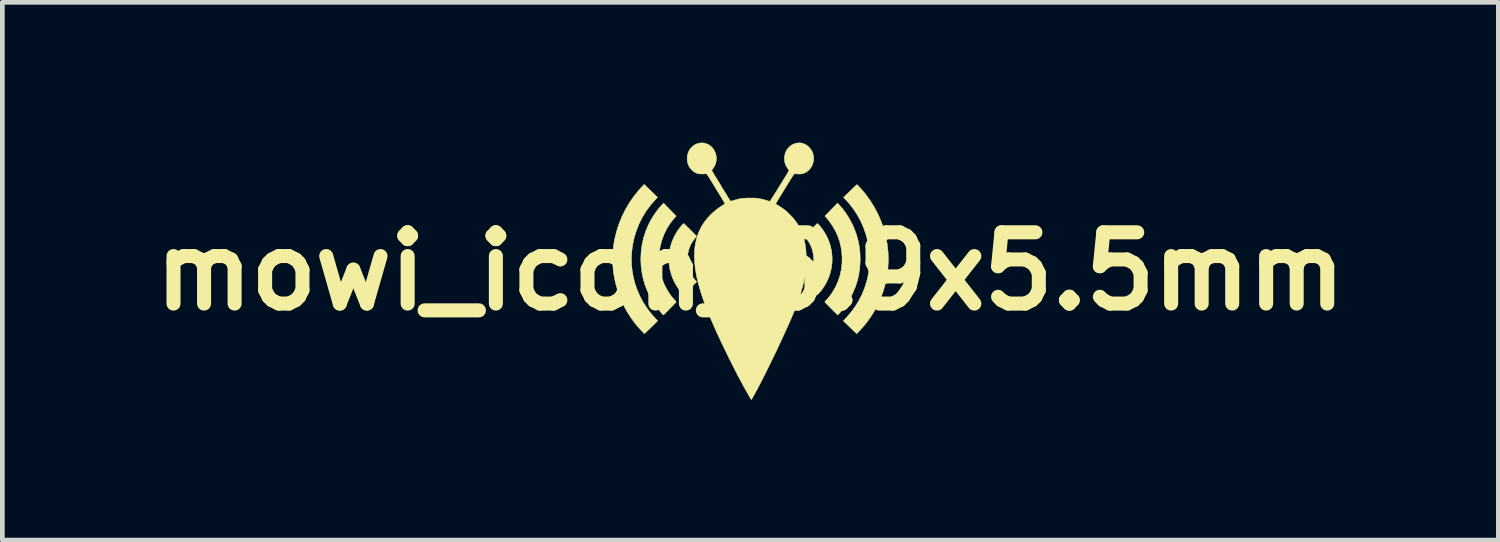
<source format=kicad_pcb>
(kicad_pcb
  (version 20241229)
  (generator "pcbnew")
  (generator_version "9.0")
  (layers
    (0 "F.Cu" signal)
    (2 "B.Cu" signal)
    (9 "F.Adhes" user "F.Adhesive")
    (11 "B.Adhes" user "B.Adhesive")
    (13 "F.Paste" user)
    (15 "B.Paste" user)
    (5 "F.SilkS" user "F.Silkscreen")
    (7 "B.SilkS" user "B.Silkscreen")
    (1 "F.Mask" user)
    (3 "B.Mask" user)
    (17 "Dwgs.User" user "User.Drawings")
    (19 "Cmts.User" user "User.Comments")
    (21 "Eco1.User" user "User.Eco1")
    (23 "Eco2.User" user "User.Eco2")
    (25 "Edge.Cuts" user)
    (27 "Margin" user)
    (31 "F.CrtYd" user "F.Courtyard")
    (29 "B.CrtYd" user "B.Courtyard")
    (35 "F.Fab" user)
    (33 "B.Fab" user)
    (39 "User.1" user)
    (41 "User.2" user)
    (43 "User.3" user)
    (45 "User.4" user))
  (footprint "mowi_icon_5.9x5.5mm"
    (layer "F.Cu")
    (at 12.998 2.753)
    (property "Reference" "mowi_icon_5.9x5.5mm" (at 0 0 0) (layer "F.SilkS") (effects (font (size 1.524 1.524) (thickness 0.3))))
    (attr through_hole)
    (fp_poly (pts (xy 1.441 -1.018) (xy 1.456 -1.003) (xy 1.475 -0.982) (xy 1.497 -0.956) (xy 1.521 -0.926) (xy 1.544 -0.895) (xy 1.565 -0.865) (xy 1.566 -0.864) (xy 1.628 -0.76) (xy 1.677 -0.651) (xy 1.714 -0.539) (xy 1.738 -0.423) (xy 1.749 -0.306) (xy 1.748 -0.188) (xy 1.733 -0.07) (xy 1.704 0.048) (xy 1.693 0.083) (xy 1.661 0.165) (xy 1.622 0.247) (xy 1.576 0.325) (xy 1.527 0.396) (xy 1.477 0.455) (xy 1.433 0.502) (xy 1.295 0.364) (xy 1.157 0.225) (xy 1.197 0.175) (xy 1.249 0.103) (xy 1.29 0.031) (xy 1.32 -0.046) (xy 1.341 -0.128) (xy 1.353 -0.217) (xy 1.352 -0.308) (xy 1.34 -0.398) (xy 1.317 -0.485) (xy 1.283 -0.568) (xy 1.239 -0.645) (xy 1.19 -0.708) (xy 1.175 -0.726) (xy 1.163 -0.741) (xy 1.158 -0.749) (xy 1.158 -0.75) (xy 1.163 -0.756) (xy 1.176 -0.77) (xy 1.195 -0.791) (xy 1.22 -0.817) (xy 1.249 -0.846) (xy 1.28 -0.877) (xy 1.312 -0.908) (xy 1.342 -0.939) (xy 1.371 -0.966) (xy 1.396 -0.99) (xy 1.416 -1.009) (xy 1.429 -1.02) (xy 1.433 -1.023) (xy 1.441 -1.018)) (stroke (width 0.01) (type solid)) (fill yes) (layer "F.SilkS"))
    (fp_poly (pts (xy -1.42 -1.018) (xy -1.405 -1.005) (xy -1.384 -0.986) (xy -1.359 -0.961) (xy -1.329 -0.933) (xy -1.298 -0.902) (xy -1.267 -0.87) (xy -1.236 -0.84) (xy -1.208 -0.811) (xy -1.184 -0.786) (xy -1.166 -0.767) (xy -1.154 -0.754) (xy -1.151 -0.749) (xy -1.156 -0.742) (xy -1.167 -0.728) (xy -1.182 -0.709) (xy -1.184 -0.708) (xy -1.238 -0.637) (xy -1.281 -0.56) (xy -1.313 -0.477) (xy -1.335 -0.39) (xy -1.346 -0.301) (xy -1.345 -0.211) (xy -1.333 -0.122) (xy -1.31 -0.035) (xy -1.275 0.049) (xy -1.255 0.085) (xy -1.239 0.109) (xy -1.218 0.139) (xy -1.196 0.168) (xy -1.19 0.175) (xy -1.15 0.225) (xy -1.288 0.364) (xy -1.427 0.502) (xy -1.472 0.454) (xy -1.526 0.389) (xy -1.577 0.313) (xy -1.623 0.231) (xy -1.663 0.146) (xy -1.686 0.083) (xy -1.719 -0.034) (xy -1.738 -0.152) (xy -1.744 -0.271) (xy -1.736 -0.388) (xy -1.716 -0.504) (xy -1.683 -0.617) (xy -1.637 -0.727) (xy -1.579 -0.833) (xy -1.559 -0.864) (xy -1.538 -0.894) (xy -1.515 -0.925) (xy -1.491 -0.955) (xy -1.469 -0.981) (xy -1.45 -1.003) (xy -1.435 -1.017) (xy -1.426 -1.023) (xy -1.426 -1.023) (xy -1.42 -1.018)) (stroke (width 0.01) (type solid)) (fill yes) (layer "F.SilkS"))
    (fp_poly (pts (xy -2.128 -1.721) (xy -1.985 -1.583) (xy -2.034 -1.531) (xy -2.137 -1.414) (xy -2.229 -1.289) (xy -2.309 -1.157) (xy -2.379 -1.019) (xy -2.436 -0.876) (xy -2.482 -0.729) (xy -2.515 -0.579) (xy -2.536 -0.426) (xy -2.544 -0.272) (xy -2.539 -0.117) (xy -2.532 -0.051) (xy -2.508 0.1) (xy -2.472 0.249) (xy -2.422 0.394) (xy -2.361 0.534) (xy -2.288 0.67) (xy -2.204 0.798) (xy -2.11 0.919) (xy -2.049 0.988) (xy -1.982 1.058) (xy -2.053 1.129) (xy -2.086 1.162) (xy -2.125 1.2) (xy -2.163 1.237) (xy -2.195 1.267) (xy -2.267 1.334) (xy -2.334 1.265) (xy -2.445 1.141) (xy -2.545 1.007) (xy -2.636 0.866) (xy -2.716 0.718) (xy -2.784 0.564) (xy -2.841 0.404) (xy -2.886 0.241) (xy -2.908 0.135) (xy -2.92 0.068) (xy -2.929 0.007) (xy -2.935 -0.051) (xy -2.939 -0.109) (xy -2.941 -0.172) (xy -2.942 -0.244) (xy -2.942 -0.264) (xy -2.941 -0.351) (xy -2.938 -0.429) (xy -2.932 -0.501) (xy -2.923 -0.572) (xy -2.91 -0.646) (xy -2.899 -0.704) (xy -2.859 -0.865) (xy -2.807 -1.024) (xy -2.743 -1.18) (xy -2.667 -1.331) (xy -2.581 -1.476) (xy -2.485 -1.613) (xy -2.381 -1.742) (xy -2.327 -1.801) (xy -2.271 -1.859) (xy -2.128 -1.721)) (stroke (width 0.01) (type solid)) (fill yes) (layer "F.SilkS"))
    (fp_poly (pts (xy 1.908 -1.412) (xy 1.965 -1.347) (xy 2.022 -1.272) (xy 2.078 -1.19) (xy 2.129 -1.104) (xy 2.175 -1.018) (xy 2.198 -0.97) (xy 2.255 -0.83) (xy 2.297 -0.688) (xy 2.327 -0.544) (xy 2.345 -0.396) (xy 2.349 -0.244) (xy 2.348 -0.204) (xy 2.339 -0.065) (xy 2.32 0.066) (xy 2.292 0.192) (xy 2.252 0.316) (xy 2.2 0.442) (xy 2.174 0.498) (xy 2.145 0.553) (xy 2.111 0.613) (xy 2.073 0.674) (xy 2.032 0.734) (xy 1.992 0.79) (xy 1.952 0.842) (xy 1.915 0.886) (xy 1.882 0.919) (xy 1.866 0.934) (xy 1.729 0.797) (xy 1.693 0.762) (xy 1.662 0.729) (xy 1.634 0.701) (xy 1.613 0.678) (xy 1.598 0.662) (xy 1.592 0.654) (xy 1.592 0.653) (xy 1.596 0.645) (xy 1.608 0.631) (xy 1.616 0.623) (xy 1.645 0.593) (xy 1.677 0.555) (xy 1.71 0.512) (xy 1.742 0.468) (xy 1.756 0.447) (xy 1.821 0.334) (xy 1.874 0.216) (xy 1.915 0.093) (xy 1.944 -0.034) (xy 1.959 -0.164) (xy 1.962 -0.296) (xy 1.952 -0.43) (xy 1.936 -0.528) (xy 1.908 -0.641) (xy 1.868 -0.755) (xy 1.817 -0.867) (xy 1.756 -0.973) (xy 1.687 -1.072) (xy 1.644 -1.125) (xy 1.594 -1.182) (xy 1.864 -1.46) (xy 1.908 -1.412)) (stroke (width 0.01) (type solid)) (fill yes) (layer "F.SilkS"))
    (fp_poly (pts (xy -1.722 -1.321) (xy -1.587 -1.182) (xy -1.638 -1.125) (xy -1.718 -1.022) (xy -1.787 -0.912) (xy -1.844 -0.797) (xy -1.89 -0.676) (xy -1.924 -0.552) (xy -1.946 -0.424) (xy -1.955 -0.294) (xy -1.952 -0.162) (xy -1.936 -0.03) (xy -1.913 0.078) (xy -1.883 0.176) (xy -1.843 0.274) (xy -1.795 0.37) (xy -1.74 0.461) (xy -1.681 0.543) (xy -1.634 0.596) (xy -1.614 0.619) (xy -1.598 0.638) (xy -1.588 0.651) (xy -1.586 0.657) (xy -1.591 0.663) (xy -1.604 0.676) (xy -1.624 0.697) (xy -1.648 0.722) (xy -1.677 0.751) (xy -1.707 0.783) (xy -1.739 0.814) (xy -1.769 0.845) (xy -1.797 0.874) (xy -1.822 0.898) (xy -1.842 0.918) (xy -1.855 0.93) (xy -1.86 0.935) (xy -1.865 0.93) (xy -1.876 0.918) (xy -1.893 0.9) (xy -1.897 0.896) (xy -1.987 0.788) (xy -2.07 0.67) (xy -2.143 0.545) (xy -2.205 0.415) (xy -2.257 0.282) (xy -2.288 0.175) (xy -2.32 0.027) (xy -2.338 -0.122) (xy -2.344 -0.272) (xy -2.336 -0.421) (xy -2.316 -0.569) (xy -2.284 -0.715) (xy -2.239 -0.857) (xy -2.181 -0.995) (xy -2.163 -1.032) (xy -2.124 -1.103) (xy -2.08 -1.177) (xy -2.03 -1.25) (xy -1.98 -1.319) (xy -1.929 -1.381) (xy -1.901 -1.412) (xy -1.857 -1.46) (xy -1.722 -1.321)) (stroke (width 0.01) (type solid)) (fill yes) (layer "F.SilkS"))
    (fp_poly (pts (xy 2.287 -1.85) (xy 2.3 -1.837) (xy 2.319 -1.818) (xy 2.342 -1.793) (xy 2.349 -1.786) (xy 2.463 -1.651) (xy 2.565 -1.509) (xy 2.656 -1.363) (xy 2.735 -1.212) (xy 2.801 -1.056) (xy 2.856 -0.898) (xy 2.898 -0.736) (xy 2.928 -0.572) (xy 2.946 -0.407) (xy 2.951 -0.241) (xy 2.943 -0.074) (xy 2.923 0.092) (xy 2.889 0.258) (xy 2.843 0.422) (xy 2.784 0.584) (xy 2.773 0.61) (xy 2.717 0.729) (xy 2.653 0.847) (xy 2.581 0.963) (xy 2.503 1.074) (xy 2.421 1.177) (xy 2.337 1.27) (xy 2.315 1.292) (xy 2.272 1.334) (xy 1.988 1.059) (xy 2.054 0.989) (xy 2.151 0.877) (xy 2.24 0.756) (xy 2.319 0.627) (xy 2.388 0.492) (xy 2.445 0.352) (xy 2.49 0.209) (xy 2.513 0.112) (xy 2.528 0.024) (xy 2.54 -0.071) (xy 2.547 -0.169) (xy 2.55 -0.266) (xy 2.549 -0.359) (xy 2.543 -0.443) (xy 2.541 -0.464) (xy 2.515 -0.621) (xy 2.476 -0.774) (xy 2.425 -0.923) (xy 2.363 -1.066) (xy 2.289 -1.203) (xy 2.204 -1.334) (xy 2.108 -1.456) (xy 2.041 -1.531) (xy 1.992 -1.582) (xy 2.134 -1.719) (xy 2.17 -1.754) (xy 2.203 -1.785) (xy 2.232 -1.813) (xy 2.255 -1.834) (xy 2.271 -1.849) (xy 2.28 -1.855) (xy 2.28 -1.855) (xy 2.287 -1.85)) (stroke (width 0.01) (type solid)) (fill yes) (layer "F.SilkS"))
    (fp_poly (pts (xy 1.089 -2.744) (xy 1.144 -2.729) (xy 1.192 -2.706) (xy 1.237 -2.671) (xy 1.254 -2.656) (xy 1.298 -2.603) (xy 1.329 -2.546) (xy 1.347 -2.483) (xy 1.354 -2.416) (xy 1.353 -2.391) (xy 1.342 -2.326) (xy 1.321 -2.265) (xy 1.29 -2.211) (xy 1.25 -2.164) (xy 1.202 -2.126) (xy 1.148 -2.098) (xy 1.13 -2.092) (xy 1.097 -2.085) (xy 1.059 -2.081) (xy 1.015 -2.082) (xy 0.962 -2.086) (xy 0.949 -2.088) (xy 0.945 -2.087) (xy 0.94 -2.084) (xy 0.934 -2.077) (xy 0.925 -2.067) (xy 0.914 -2.051) (xy 0.899 -2.028) (xy 0.88 -1.999) (xy 0.857 -1.963) (xy 0.829 -1.917) (xy 0.795 -1.862) (xy 0.755 -1.797) (xy 0.738 -1.77) (xy 0.701 -1.71) (xy 0.667 -1.654) (xy 0.635 -1.602) (xy 0.608 -1.556) (xy 0.584 -1.516) (xy 0.565 -1.484) (xy 0.551 -1.461) (xy 0.543 -1.447) (xy 0.542 -1.445) (xy 0.547 -1.439) (xy 0.562 -1.429) (xy 0.583 -1.416) (xy 0.591 -1.411) (xy 0.679 -1.355) (xy 0.763 -1.291) (xy 0.843 -1.216) (xy 0.923 -1.129) (xy 0.992 -1.037) (xy 1.05 -0.941) (xy 1.098 -0.838) (xy 1.136 -0.729) (xy 1.165 -0.612) (xy 1.185 -0.486) (xy 1.195 -0.35) (xy 1.197 -0.322) (xy 1.197 -0.201) (xy 1.19 -0.079) (xy 1.175 0.047) (xy 1.151 0.178) (xy 1.12 0.313) (xy 1.08 0.455) (xy 1.032 0.604) (xy 0.974 0.761) (xy 0.913 0.914) (xy 0.879 0.994) (xy 0.84 1.084) (xy 0.796 1.183) (xy 0.748 1.289) (xy 0.696 1.401) (xy 0.642 1.517) (xy 0.587 1.636) (xy 0.53 1.756) (xy 0.472 1.875) (xy 0.415 1.992) (xy 0.359 2.106) (xy 0.331 2.162) (xy 0.299 2.226) (xy 0.266 2.291) (xy 0.233 2.355) (xy 0.2 2.419) (xy 0.168 2.48) (xy 0.138 2.537) (xy 0.109 2.589) (xy 0.084 2.636) (xy 0.062 2.675) (xy 0.044 2.707) (xy 0.031 2.729) (xy 0.022 2.741) (xy 0.02 2.743) (xy 0.016 2.737) (xy 0.006 2.723) (xy -0.006 2.702) (xy -0.009 2.697) (xy -0.064 2.601) (xy -0.115 2.511) (xy -0.163 2.424) (xy -0.209 2.339) (xy -0.256 2.252) (xy -0.303 2.161) (xy -0.352 2.064) (xy -0.405 1.959) (xy -0.447 1.876) (xy -0.543 1.679) (xy -0.633 1.492) (xy -0.715 1.316) (xy -0.789 1.149) (xy -0.857 0.991) (xy -0.918 0.842) (xy -0.972 0.702) (xy -1.02 0.569) (xy -1.061 0.443) (xy -1.096 0.324) (xy -1.126 0.211) (xy -1.15 0.104) (xy -1.151 0.098) (xy -1.178 -0.058) (xy -1.193 -0.206) (xy -1.198 -0.347) (xy -1.191 -0.48) (xy -1.173 -0.606) (xy -1.144 -0.726) (xy -1.104 -0.839) (xy -1.053 -0.945) (xy -0.99 -1.045) (xy -0.916 -1.14) (xy -0.861 -1.2) (xy -0.794 -1.263) (xy -0.731 -1.317) (xy -0.667 -1.364) (xy -0.603 -1.406) (xy -0.579 -1.421) (xy -0.559 -1.434) (xy -0.547 -1.444) (xy -0.544 -1.447) (xy -0.547 -1.453) (xy -0.557 -1.471) (xy -0.572 -1.497) (xy -0.593 -1.532) (xy -0.618 -1.575) (xy -0.647 -1.623) (xy -0.68 -1.677) (xy -0.715 -1.734) (xy -0.738 -1.771) (xy -0.78 -1.84) (xy -0.816 -1.899) (xy -0.846 -1.947) (xy -0.871 -1.987) (xy -0.891 -2.019) (xy -0.907 -2.043) (xy -0.92 -2.061) (xy -0.929 -2.074) (xy -0.937 -2.082) (xy -0.942 -2.086) (xy -0.947 -2.088) (xy -0.949 -2.088) (xy -0.963 -2.086) (xy -0.986 -2.084) (xy -1.015 -2.082) (xy -1.023 -2.082) (xy -1.087 -2.083) (xy -1.145 -2.097) (xy -1.198 -2.123) (xy -1.248 -2.162) (xy -1.256 -2.171) (xy -1.297 -2.221) (xy -1.327 -2.276) (xy -1.345 -2.335) (xy -1.353 -2.396) (xy -1.35 -2.457) (xy -1.338 -2.516) (xy -1.315 -2.573) (xy -1.283 -2.624) (xy -1.241 -2.669) (xy -1.19 -2.706) (xy -1.173 -2.715) (xy -1.115 -2.738) (xy -1.057 -2.747) (xy -0.999 -2.745) (xy -0.943 -2.731) (xy -0.89 -2.707) (xy -0.843 -2.673) (xy -0.801 -2.63) (xy -0.767 -2.578) (xy -0.743 -2.518) (xy -0.735 -2.491) (xy -0.726 -2.423) (xy -0.73 -2.357) (xy -0.747 -2.292) (xy -0.777 -2.23) (xy -0.8 -2.197) (xy -0.814 -2.178) (xy -0.823 -2.164) (xy -0.826 -2.158) (xy -0.823 -2.151) (xy -0.813 -2.135) (xy -0.798 -2.109) (xy -0.778 -2.076) (xy -0.754 -2.036) (xy -0.727 -1.991) (xy -0.697 -1.942) (xy -0.665 -1.891) (xy -0.633 -1.838) (xy -0.601 -1.784) (xy -0.569 -1.732) (xy -0.538 -1.682) (xy -0.51 -1.636) (xy -0.484 -1.594) (xy -0.463 -1.559) (xy -0.445 -1.531) (xy -0.433 -1.512) (xy -0.427 -1.502) (xy -0.427 -1.502) (xy -0.419 -1.502) (xy -0.401 -1.505) (xy -0.377 -1.512) (xy -0.36 -1.517) (xy -0.302 -1.534) (xy -0.249 -1.548) (xy -0.196 -1.557) (xy -0.141 -1.563) (xy -0.079 -1.567) (xy -0.008 -1.568) (xy -0.003 -1.568) (xy 0.047 -1.567) (xy 0.086 -1.567) (xy 0.118 -1.565) (xy 0.146 -1.563) (xy 0.171 -1.559) (xy 0.199 -1.554) (xy 0.224 -1.549) (xy 0.262 -1.541) (xy 0.301 -1.531) (xy 0.336 -1.521) (xy 0.358 -1.514) (xy 0.383 -1.506) (xy 0.404 -1.5) (xy 0.416 -1.497) (xy 0.417 -1.497) (xy 0.422 -1.502) (xy 0.432 -1.518) (xy 0.449 -1.543) (xy 0.47 -1.576) (xy 0.495 -1.616) (xy 0.523 -1.66) (xy 0.554 -1.709) (xy 0.586 -1.761) (xy 0.619 -1.814) (xy 0.652 -1.867) (xy 0.684 -1.92) (xy 0.715 -1.97) (xy 0.744 -2.017) (xy 0.769 -2.059) (xy 0.791 -2.095) (xy 0.808 -2.124) (xy 0.82 -2.145) (xy 0.826 -2.156) (xy 0.826 -2.157) (xy 0.823 -2.165) (xy 0.813 -2.18) (xy 0.798 -2.199) (xy 0.796 -2.202) (xy 0.761 -2.26) (xy 0.738 -2.322) (xy 0.728 -2.387) (xy 0.729 -2.454) (xy 0.744 -2.52) (xy 0.762 -2.566) (xy 0.794 -2.619) (xy 0.835 -2.664) (xy 0.883 -2.701) (xy 0.936 -2.728) (xy 0.993 -2.744) (xy 1.051 -2.748) (xy 1.089 -2.744)) (stroke (width 0.01) (type solid)) (fill yes) (layer "F.SilkS")))
  (gr_rect
    (start -3 -3)
    (end 28.995 8.501)
    (stroke (width 0.1) (type default))
    (fill no)
    (layer "Edge.Cuts")))
</source>
